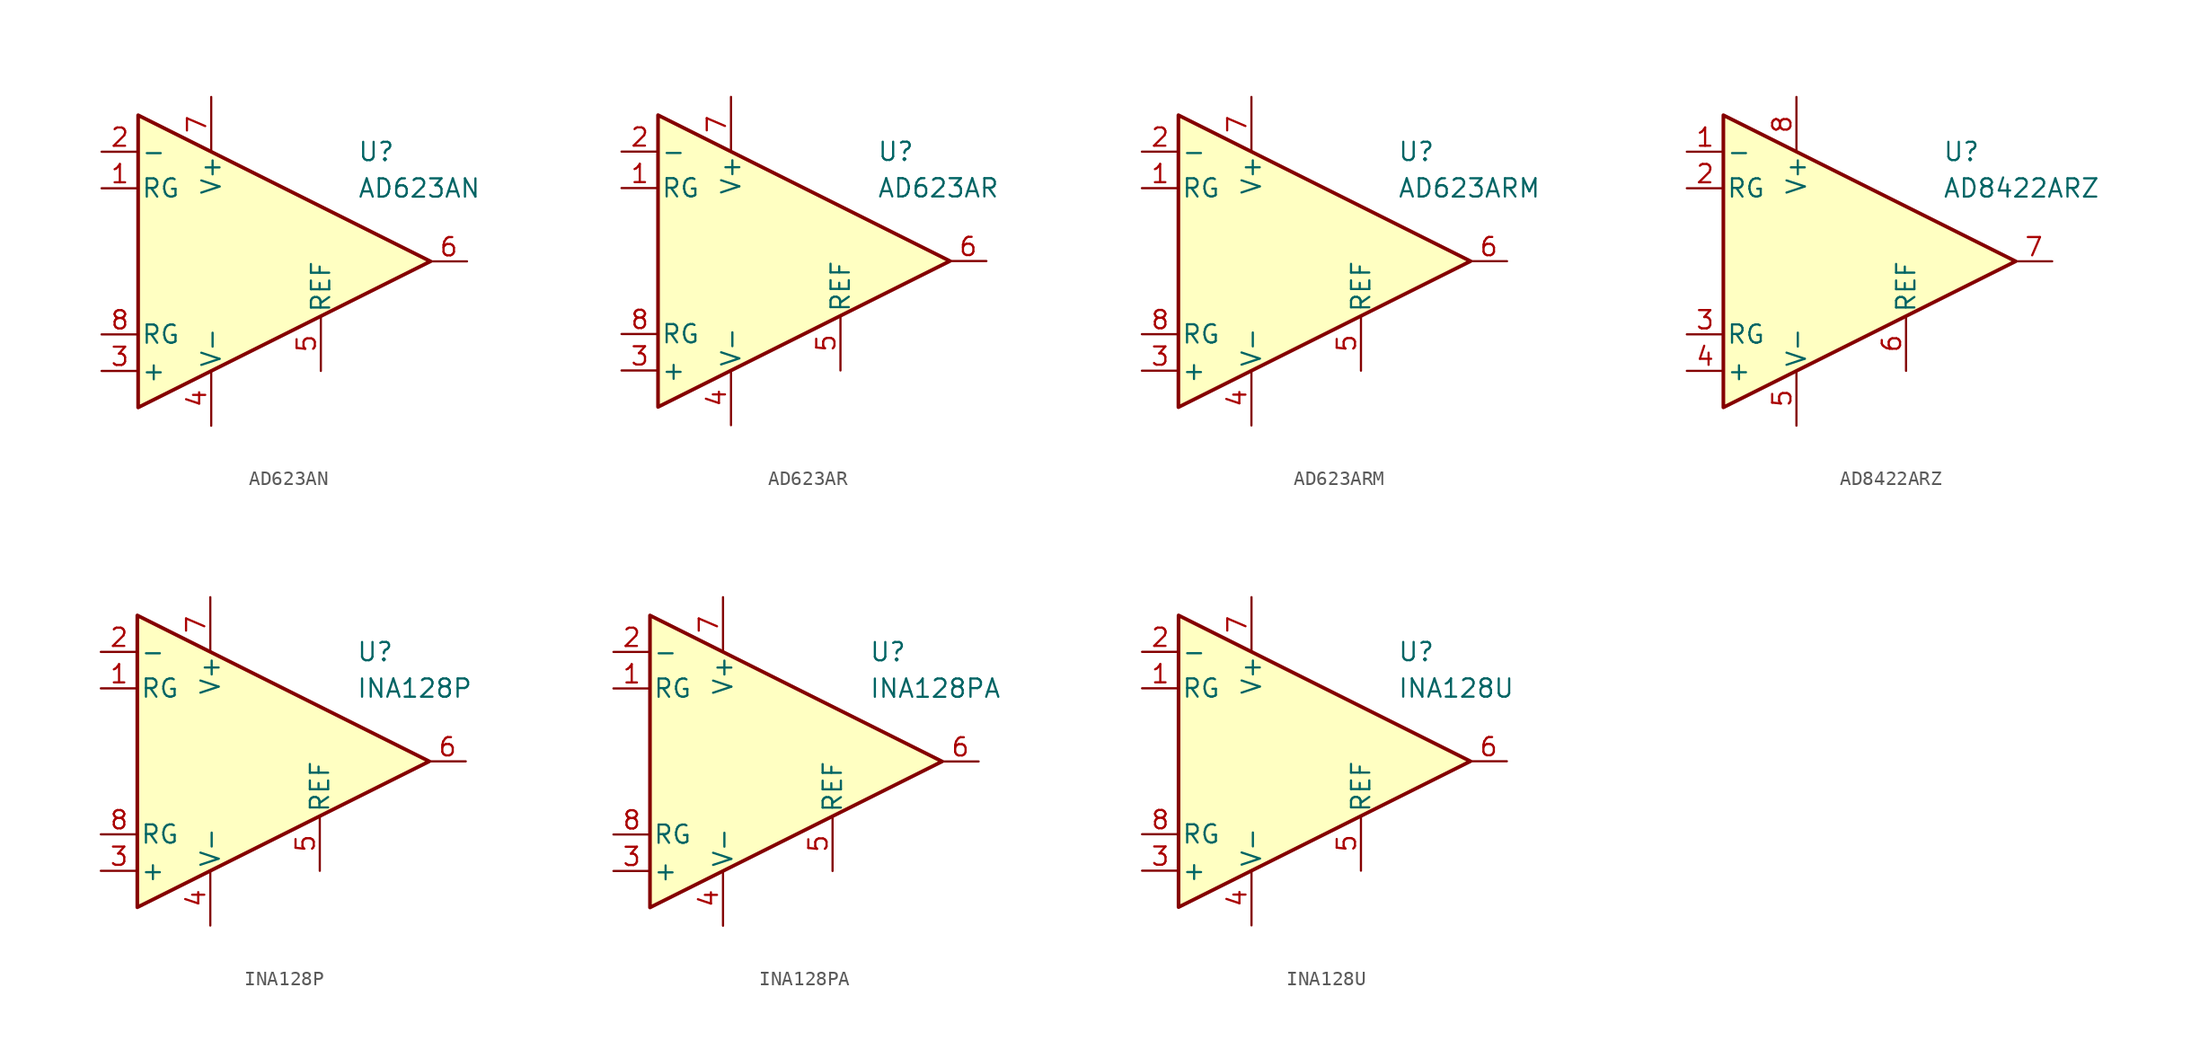
<source format=kicad_sym>
(kicad_symbol_lib
  (version 20231120)
  (generator "kicad_symbol_editor")
  (generator_version "8.0")
  (symbol "AD623AN"
    (pin_names
      (offset 0.2))
    (property "Reference" "U"
      (at 6.35 7.62 0)
      (effects (font (size 1.27 1.27)) (justify left)))
    (property "Value" "AD623AN"
      (at 6.35 5.08 0)
      (effects (font (size 1.27 1.27)) (justify left)))
    (symbol "AD623AN_0_1"
      (polyline (pts (xy -8.89 10.16) (xy -8.89 -10.16) (xy 11.43 0) (xy -8.89 10.16)) (stroke (width 0.254) (type default)) (fill (type background))))
    (symbol "AD623AN_1_1"
      (pin passive line (at -11.43 5.08 0) (length 2.54) (name "RG" (effects (font (size 1.27 1.27)))) (number "1" (effects (font (size 1.27 1.27)))))
      (pin input line (at -11.43 7.62 0) (length 2.54) (name "-" (effects (font (size 1.27 1.27)))) (number "2" (effects (font (size 1.27 1.27)))))
      (pin input line (at -11.43 -7.62 0) (length 2.54) (name "+" (effects (font (size 1.27 1.27)))) (number "3" (effects (font (size 1.27 1.27)))))
      (pin power_in line (at -3.81 -11.43 90) (length 3.81) (name "V-" (effects (font (size 1.27 1.27)))) (number "4" (effects (font (size 1.27 1.27)))))
      (pin input line (at 3.81 -7.62 90) (length 3.81) (name "REF" (effects (font (size 1.27 1.27)))) (number "5" (effects (font (size 1.27 1.27)))))
      (pin output line (at 13.97 0 180) (length 2.54) (name "~" (effects (font (size 1.27 1.27)))) (number "6" (effects (font (size 1.27 1.27)))))
      (pin power_in line (at -3.81 11.43 270) (length 3.81) (name "V+" (effects (font (size 1.27 1.27)))) (number "7" (effects (font (size 1.27 1.27)))))
      (pin passive line (at -11.43 -5.08 0) (length 2.54) (name "RG" (effects (font (size 1.27 1.27)))) (number "8" (effects (font (size 1.27 1.27)))))))
  (symbol "AD623AR"
    (pin_names
      (offset 0.2))
    (property "Reference" "U"
      (at 6.35 7.62 0)
      (effects (font (size 1.27 1.27)) (justify left)))
    (property "Value" "AD623AR"
      (at 6.35 5.08 0)
      (effects (font (size 1.27 1.27)) (justify left)))
    (symbol "AD623AR_0_1"
      (polyline (pts (xy -8.89 10.16) (xy -8.89 -10.16) (xy 11.43 0) (xy -8.89 10.16)) (stroke (width 0.254) (type default)) (fill (type background))))
    (symbol "AD623AR_1_1"
      (pin passive line (at -11.43 5.08 0) (length 2.54) (name "RG" (effects (font (size 1.27 1.27)))) (number "1" (effects (font (size 1.27 1.27)))))
      (pin input line (at -11.43 7.62 0) (length 2.54) (name "-" (effects (font (size 1.27 1.27)))) (number "2" (effects (font (size 1.27 1.27)))))
      (pin input line (at -11.43 -7.62 0) (length 2.54) (name "+" (effects (font (size 1.27 1.27)))) (number "3" (effects (font (size 1.27 1.27)))))
      (pin power_in line (at -3.81 -11.43 90) (length 3.81) (name "V-" (effects (font (size 1.27 1.27)))) (number "4" (effects (font (size 1.27 1.27)))))
      (pin input line (at 3.81 -7.62 90) (length 3.81) (name "REF" (effects (font (size 1.27 1.27)))) (number "5" (effects (font (size 1.27 1.27)))))
      (pin output line (at 13.97 0 180) (length 2.54) (name "~" (effects (font (size 1.27 1.27)))) (number "6" (effects (font (size 1.27 1.27)))))
      (pin power_in line (at -3.81 11.43 270) (length 3.81) (name "V+" (effects (font (size 1.27 1.27)))) (number "7" (effects (font (size 1.27 1.27)))))
      (pin passive line (at -11.43 -5.08 0) (length 2.54) (name "RG" (effects (font (size 1.27 1.27)))) (number "8" (effects (font (size 1.27 1.27)))))))
  (symbol "AD623ARM"
    (pin_names
      (offset 0.2))
    (property "Reference" "U"
      (at 6.35 7.62 0)
      (effects (font (size 1.27 1.27)) (justify left)))
    (property "Value" "AD623ARM"
      (at 6.35 5.08 0)
      (effects (font (size 1.27 1.27)) (justify left)))
    (symbol "AD623ARM_0_1"
      (polyline (pts (xy -8.89 10.16) (xy -8.89 -10.16) (xy 11.43 0) (xy -8.89 10.16)) (stroke (width 0.254) (type default)) (fill (type background))))
    (symbol "AD623ARM_1_1"
      (pin passive line (at -11.43 5.08 0) (length 2.54) (name "RG" (effects (font (size 1.27 1.27)))) (number "1" (effects (font (size 1.27 1.27)))))
      (pin input line (at -11.43 7.62 0) (length 2.54) (name "-" (effects (font (size 1.27 1.27)))) (number "2" (effects (font (size 1.27 1.27)))))
      (pin input line (at -11.43 -7.62 0) (length 2.54) (name "+" (effects (font (size 1.27 1.27)))) (number "3" (effects (font (size 1.27 1.27)))))
      (pin power_in line (at -3.81 -11.43 90) (length 3.81) (name "V-" (effects (font (size 1.27 1.27)))) (number "4" (effects (font (size 1.27 1.27)))))
      (pin input line (at 3.81 -7.62 90) (length 3.81) (name "REF" (effects (font (size 1.27 1.27)))) (number "5" (effects (font (size 1.27 1.27)))))
      (pin output line (at 13.97 0 180) (length 2.54) (name "~" (effects (font (size 1.27 1.27)))) (number "6" (effects (font (size 1.27 1.27)))))
      (pin power_in line (at -3.81 11.43 270) (length 3.81) (name "V+" (effects (font (size 1.27 1.27)))) (number "7" (effects (font (size 1.27 1.27)))))
      (pin passive line (at -11.43 -5.08 0) (length 2.54) (name "RG" (effects (font (size 1.27 1.27)))) (number "8" (effects (font (size 1.27 1.27)))))))
  (symbol "AD8422ARZ"
    (pin_names
      (offset 0.2))
    (property "Reference" "U"
      (at 6.35 7.62 0)
      (effects (font (size 1.27 1.27)) (justify left)))
    (property "Value" "AD8422ARZ"
      (at 6.35 5.08 0)
      (effects (font (size 1.27 1.27)) (justify left)))
    (symbol "AD8422ARZ_0_1"
      (polyline (pts (xy -8.89 10.16) (xy -8.89 -10.16) (xy 11.43 0) (xy -8.89 10.16)) (stroke (width 0.254) (type default)) (fill (type background))))
    (symbol "AD8422ARZ_1_1"
      (pin input line (at -11.43 7.62 0) (length 2.54) (name "-" (effects (font (size 1.27 1.27)))) (number "1" (effects (font (size 1.27 1.27)))))
      (pin passive line (at -11.43 5.08 0) (length 2.54) (name "RG" (effects (font (size 1.27 1.27)))) (number "2" (effects (font (size 1.27 1.27)))))
      (pin passive line (at -11.43 -5.08 0) (length 2.54) (name "RG" (effects (font (size 1.27 1.27)))) (number "3" (effects (font (size 1.27 1.27)))))
      (pin input line (at -11.43 -7.62 0) (length 2.54) (name "+" (effects (font (size 1.27 1.27)))) (number "4" (effects (font (size 1.27 1.27)))))
      (pin power_in line (at -3.81 -11.43 90) (length 3.81) (name "V-" (effects (font (size 1.27 1.27)))) (number "5" (effects (font (size 1.27 1.27)))))
      (pin input line (at 3.81 -7.62 90) (length 3.81) (name "REF" (effects (font (size 1.27 1.27)))) (number "6" (effects (font (size 1.27 1.27)))))
      (pin output line (at 13.97 0 180) (length 2.54) (name "~" (effects (font (size 1.27 1.27)))) (number "7" (effects (font (size 1.27 1.27)))))
      (pin power_in line (at -3.81 11.43 270) (length 3.81) (name "V+" (effects (font (size 1.27 1.27)))) (number "8" (effects (font (size 1.27 1.27)))))))
  (symbol "INA128P"
    (pin_names
      (offset 0.2))
    (property "Reference" "U"
      (at 6.35 7.62 0)
      (effects (font (size 1.27 1.27)) (justify left)))
    (property "Value" "INA128P"
      (at 6.35 5.08 0)
      (effects (font (size 1.27 1.27)) (justify left)))
    (symbol "INA128P_0_1"
      (polyline (pts (xy -8.89 10.16) (xy -8.89 -10.16) (xy 11.43 0) (xy -8.89 10.16)) (stroke (width 0.254) (type default)) (fill (type background))))
    (symbol "INA128P_1_1"
      (pin passive line (at -11.43 5.08 0) (length 2.54) (name "RG" (effects (font (size 1.27 1.27)))) (number "1" (effects (font (size 1.27 1.27)))))
      (pin input line (at -11.43 7.62 0) (length 2.54) (name "-" (effects (font (size 1.27 1.27)))) (number "2" (effects (font (size 1.27 1.27)))))
      (pin input line (at -11.43 -7.62 0) (length 2.54) (name "+" (effects (font (size 1.27 1.27)))) (number "3" (effects (font (size 1.27 1.27)))))
      (pin power_in line (at -3.81 -11.43 90) (length 3.81) (name "V-" (effects (font (size 1.27 1.27)))) (number "4" (effects (font (size 1.27 1.27)))))
      (pin input line (at 3.81 -7.62 90) (length 3.81) (name "REF" (effects (font (size 1.27 1.27)))) (number "5" (effects (font (size 1.27 1.27)))))
      (pin output line (at 13.97 0 180) (length 2.54) (name "~" (effects (font (size 1.27 1.27)))) (number "6" (effects (font (size 1.27 1.27)))))
      (pin power_in line (at -3.81 11.43 270) (length 3.81) (name "V+" (effects (font (size 1.27 1.27)))) (number "7" (effects (font (size 1.27 1.27)))))
      (pin passive line (at -11.43 -5.08 0) (length 2.54) (name "RG" (effects (font (size 1.27 1.27)))) (number "8" (effects (font (size 1.27 1.27)))))))
  (symbol "INA128PA"
    (pin_names
      (offset 0.2))
    (property "Reference" "U"
      (at 6.35 7.62 0)
      (effects (font (size 1.27 1.27)) (justify left)))
    (property "Value" "INA128PA"
      (at 6.35 5.08 0)
      (effects (font (size 1.27 1.27)) (justify left)))
    (symbol "INA128PA_0_1"
      (polyline (pts (xy -8.89 10.16) (xy -8.89 -10.16) (xy 11.43 0) (xy -8.89 10.16)) (stroke (width 0.254) (type default)) (fill (type background))))
    (symbol "INA128PA_1_1"
      (pin passive line (at -11.43 5.08 0) (length 2.54) (name "RG" (effects (font (size 1.27 1.27)))) (number "1" (effects (font (size 1.27 1.27)))))
      (pin input line (at -11.43 7.62 0) (length 2.54) (name "-" (effects (font (size 1.27 1.27)))) (number "2" (effects (font (size 1.27 1.27)))))
      (pin input line (at -11.43 -7.62 0) (length 2.54) (name "+" (effects (font (size 1.27 1.27)))) (number "3" (effects (font (size 1.27 1.27)))))
      (pin power_in line (at -3.81 -11.43 90) (length 3.81) (name "V-" (effects (font (size 1.27 1.27)))) (number "4" (effects (font (size 1.27 1.27)))))
      (pin input line (at 3.81 -7.62 90) (length 3.81) (name "REF" (effects (font (size 1.27 1.27)))) (number "5" (effects (font (size 1.27 1.27)))))
      (pin output line (at 13.97 0 180) (length 2.54) (name "~" (effects (font (size 1.27 1.27)))) (number "6" (effects (font (size 1.27 1.27)))))
      (pin power_in line (at -3.81 11.43 270) (length 3.81) (name "V+" (effects (font (size 1.27 1.27)))) (number "7" (effects (font (size 1.27 1.27)))))
      (pin passive line (at -11.43 -5.08 0) (length 2.54) (name "RG" (effects (font (size 1.27 1.27)))) (number "8" (effects (font (size 1.27 1.27)))))))
  (symbol "INA128U"
    (pin_names
      (offset 0.2))
    (property "Reference" "U"
      (at 6.35 7.62 0)
      (effects (font (size 1.27 1.27)) (justify left)))
    (property "Value" "INA128U"
      (at 6.35 5.08 0)
      (effects (font (size 1.27 1.27)) (justify left)))
    (symbol "INA128U_0_1"
      (polyline (pts (xy -8.89 10.16) (xy -8.89 -10.16) (xy 11.43 0) (xy -8.89 10.16)) (stroke (width 0.254) (type default)) (fill (type background))))
    (symbol "INA128U_1_1"
      (pin passive line (at -11.43 5.08 0) (length 2.54) (name "RG" (effects (font (size 1.27 1.27)))) (number "1" (effects (font (size 1.27 1.27)))))
      (pin input line (at -11.43 7.62 0) (length 2.54) (name "-" (effects (font (size 1.27 1.27)))) (number "2" (effects (font (size 1.27 1.27)))))
      (pin input line (at -11.43 -7.62 0) (length 2.54) (name "+" (effects (font (size 1.27 1.27)))) (number "3" (effects (font (size 1.27 1.27)))))
      (pin power_in line (at -3.81 -11.43 90) (length 3.81) (name "V-" (effects (font (size 1.27 1.27)))) (number "4" (effects (font (size 1.27 1.27)))))
      (pin input line (at 3.81 -7.62 90) (length 3.81) (name "REF" (effects (font (size 1.27 1.27)))) (number "5" (effects (font (size 1.27 1.27)))))
      (pin output line (at 13.97 0 180) (length 2.54) (name "~" (effects (font (size 1.27 1.27)))) (number "6" (effects (font (size 1.27 1.27)))))
      (pin power_in line (at -3.81 11.43 270) (length 3.81) (name "V+" (effects (font (size 1.27 1.27)))) (number "7" (effects (font (size 1.27 1.27)))))
      (pin passive line (at -11.43 -5.08 0) (length 2.54) (name "RG" (effects (font (size 1.27 1.27)))) (number "8" (effects (font (size 1.27 1.27))))))))
</source>
